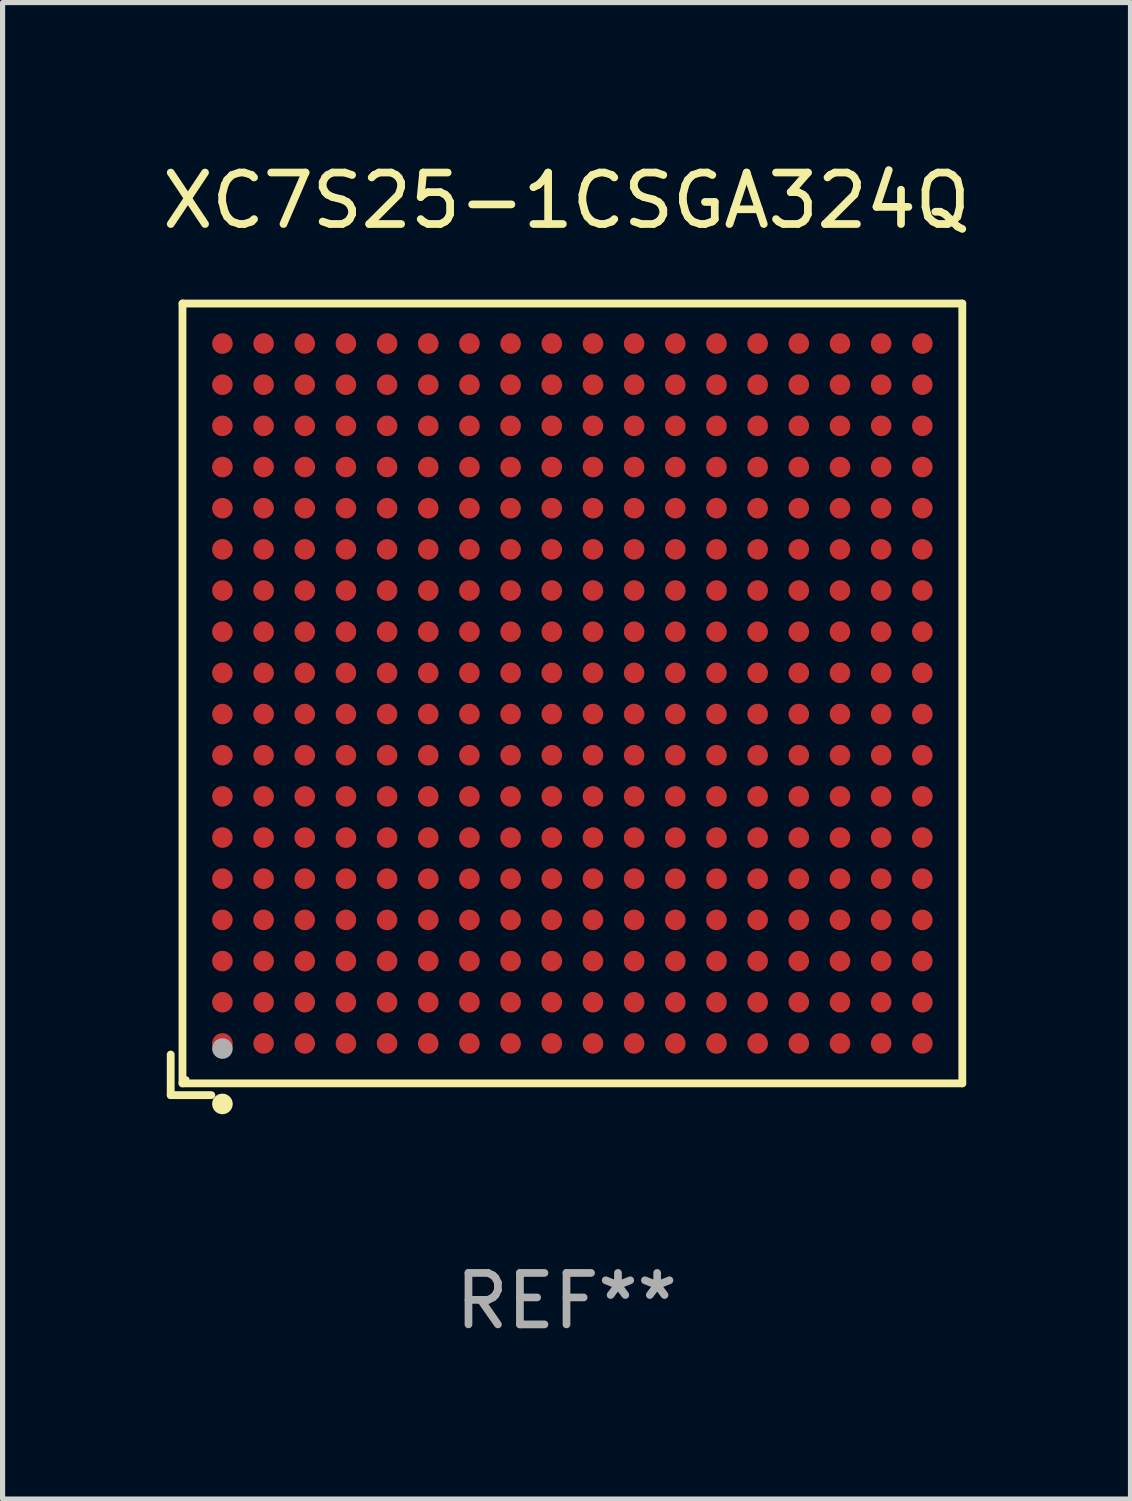
<source format=kicad_pcb>
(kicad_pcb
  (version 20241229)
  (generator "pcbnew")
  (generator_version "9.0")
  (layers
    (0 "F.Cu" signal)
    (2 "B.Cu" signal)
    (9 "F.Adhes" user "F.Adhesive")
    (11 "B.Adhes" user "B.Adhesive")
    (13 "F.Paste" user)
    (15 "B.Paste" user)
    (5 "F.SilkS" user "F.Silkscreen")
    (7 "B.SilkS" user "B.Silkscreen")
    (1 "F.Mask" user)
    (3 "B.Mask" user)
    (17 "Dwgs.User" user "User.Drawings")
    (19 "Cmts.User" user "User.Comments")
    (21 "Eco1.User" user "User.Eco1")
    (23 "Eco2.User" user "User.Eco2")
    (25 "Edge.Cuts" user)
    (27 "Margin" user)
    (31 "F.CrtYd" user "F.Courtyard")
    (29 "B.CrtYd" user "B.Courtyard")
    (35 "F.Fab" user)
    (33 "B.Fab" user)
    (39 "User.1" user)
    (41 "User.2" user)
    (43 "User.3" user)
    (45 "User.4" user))
  (footprint "XC7S25-1CSGA324Q"
    (layer "F.Cu")
    (at 7.958 10.539)
    (property "Reference" "XC7S25-1CSGA324Q" (at 0 -9.691 0) (layer "F.SilkS") (effects (font (size 1 1) (thickness 0.15))))
    (attr through_hole)
    (fp_line (start -7.691 6.902) (end -7.691 7.691) (stroke (width 0.152) (type solid)) (layer "F.SilkS"))
    (fp_line (start -7.691 7.691) (end -6.902 7.691) (stroke (width 0.152) (type solid)) (layer "F.SilkS"))
    (fp_line (start -7.462 -7.691) (end 7.691 -7.691) (stroke (width 0.152) (type solid)) (layer "F.SilkS"))
    (fp_line (start -7.462 7.462) (end -7.462 -7.691) (stroke (width 0.152) (type solid)) (layer "F.SilkS"))
    (fp_line (start 7.691 -7.691) (end 7.691 7.462) (stroke (width 0.152) (type solid)) (layer "F.SilkS"))
    (fp_line (start 7.691 7.462) (end -7.462 7.462) (stroke (width 0.152) (type solid)) (layer "F.SilkS"))
    (fp_circle (center -7.386 7.386) (end -7.356 7.386) (stroke (width 0.06) (type solid)) (fill no) (layer "F.SilkS"))
    (fp_circle (center -6.686 7.862) (end -6.586 7.862) (stroke (width 0.2) (type solid)) (fill no) (layer "F.SilkS"))
    (fp_circle (center -6.686 6.786) (end -6.586 6.786) (stroke (width 0.2) (type solid)) (fill no) (layer "F.Fab"))
    (fp_text user "REF**" (at 0 11.691 0) (layer "F.Fab") (effects (font (size 1 1) (thickness 0.15))))
    (pad "A1" smd circle (at -6.686 6.686) (size 0.4 0.4) (layers "F.Cu" "F.Mask" "F.Paste"))
    (pad "A2" smd circle (at -6.686 5.886) (size 0.4 0.4) (layers "F.Cu" "F.Mask" "F.Paste"))
    (pad "A3" smd circle (at -6.686 5.086) (size 0.4 0.4) (layers "F.Cu" "F.Mask" "F.Paste"))
    (pad "A4" smd circle (at -6.686 4.286) (size 0.4 0.4) (layers "F.Cu" "F.Mask" "F.Paste"))
    (pad "A5" smd circle (at -6.686 3.486) (size 0.4 0.4) (layers "F.Cu" "F.Mask" "F.Paste"))
    (pad "A6" smd circle (at -6.686 2.686) (size 0.4 0.4) (layers "F.Cu" "F.Mask" "F.Paste"))
    (pad "A7" smd circle (at -6.686 1.886) (size 0.4 0.4) (layers "F.Cu" "F.Mask" "F.Paste"))
    (pad "A8" smd circle (at -6.686 1.086) (size 0.4 0.4) (layers "F.Cu" "F.Mask" "F.Paste"))
    (pad "A9" smd circle (at -6.686 0.286) (size 0.4 0.4) (layers "F.Cu" "F.Mask" "F.Paste"))
    (pad "A10" smd circle (at -6.686 -0.514) (size 0.4 0.4) (layers "F.Cu" "F.Mask" "F.Paste"))
    (pad "A11" smd circle (at -6.686 -1.314) (size 0.4 0.4) (layers "F.Cu" "F.Mask" "F.Paste"))
    (pad "A12" smd circle (at -6.686 -2.114) (size 0.4 0.4) (layers "F.Cu" "F.Mask" "F.Paste"))
    (pad "A13" smd circle (at -6.686 -2.914) (size 0.4 0.4) (layers "F.Cu" "F.Mask" "F.Paste"))
    (pad "A14" smd circle (at -6.686 -3.714) (size 0.4 0.4) (layers "F.Cu" "F.Mask" "F.Paste"))
    (pad "A15" smd circle (at -6.686 -4.514) (size 0.4 0.4) (layers "F.Cu" "F.Mask" "F.Paste"))
    (pad "A16" smd circle (at -6.686 -5.314) (size 0.4 0.4) (layers "F.Cu" "F.Mask" "F.Paste"))
    (pad "A17" smd circle (at -6.686 -6.114) (size 0.4 0.4) (layers "F.Cu" "F.Mask" "F.Paste"))
    (pad "A18" smd circle (at -6.686 -6.914) (size 0.4 0.4) (layers "F.Cu" "F.Mask" "F.Paste"))
    (pad "B1" smd circle (at -5.886 6.686) (size 0.4 0.4) (layers "F.Cu" "F.Mask" "F.Paste"))
    (pad "B2" smd circle (at -5.886 5.886) (size 0.4 0.4) (layers "F.Cu" "F.Mask" "F.Paste"))
    (pad "B3" smd circle (at -5.886 5.086) (size 0.4 0.4) (layers "F.Cu" "F.Mask" "F.Paste"))
    (pad "B4" smd circle (at -5.886 4.286) (size 0.4 0.4) (layers "F.Cu" "F.Mask" "F.Paste"))
    (pad "B5" smd circle (at -5.886 3.486) (size 0.4 0.4) (layers "F.Cu" "F.Mask" "F.Paste"))
    (pad "B6" smd circle (at -5.886 2.686) (size 0.4 0.4) (layers "F.Cu" "F.Mask" "F.Paste"))
    (pad "B7" smd circle (at -5.886 1.886) (size 0.4 0.4) (layers "F.Cu" "F.Mask" "F.Paste"))
    (pad "B8" smd circle (at -5.886 1.086) (size 0.4 0.4) (layers "F.Cu" "F.Mask" "F.Paste"))
    (pad "B9" smd circle (at -5.886 0.286) (size 0.4 0.4) (layers "F.Cu" "F.Mask" "F.Paste"))
    (pad "B10" smd circle (at -5.886 -0.514) (size 0.4 0.4) (layers "F.Cu" "F.Mask" "F.Paste"))
    (pad "B11" smd circle (at -5.886 -1.314) (size 0.4 0.4) (layers "F.Cu" "F.Mask" "F.Paste"))
    (pad "B12" smd circle (at -5.886 -2.114) (size 0.4 0.4) (layers "F.Cu" "F.Mask" "F.Paste"))
    (pad "B13" smd circle (at -5.886 -2.914) (size 0.4 0.4) (layers "F.Cu" "F.Mask" "F.Paste"))
    (pad "B14" smd circle (at -5.886 -3.714) (size 0.4 0.4) (layers "F.Cu" "F.Mask" "F.Paste"))
    (pad "B15" smd circle (at -5.886 -4.514) (size 0.4 0.4) (layers "F.Cu" "F.Mask" "F.Paste"))
    (pad "B16" smd circle (at -5.886 -5.314) (size 0.4 0.4) (layers "F.Cu" "F.Mask" "F.Paste"))
    (pad "B17" smd circle (at -5.886 -6.114) (size 0.4 0.4) (layers "F.Cu" "F.Mask" "F.Paste"))
    (pad "B18" smd circle (at -5.886 -6.914) (size 0.4 0.4) (layers "F.Cu" "F.Mask" "F.Paste"))
    (pad "C1" smd circle (at -5.086 6.686) (size 0.4 0.4) (layers "F.Cu" "F.Mask" "F.Paste"))
    (pad "C2" smd circle (at -5.086 5.886) (size 0.4 0.4) (layers "F.Cu" "F.Mask" "F.Paste"))
    (pad "C3" smd circle (at -5.086 5.086) (size 0.4 0.4) (layers "F.Cu" "F.Mask" "F.Paste"))
    (pad "C4" smd circle (at -5.086 4.286) (size 0.4 0.4) (layers "F.Cu" "F.Mask" "F.Paste"))
    (pad "C5" smd circle (at -5.086 3.486) (size 0.4 0.4) (layers "F.Cu" "F.Mask" "F.Paste"))
    (pad "C6" smd circle (at -5.086 2.686) (size 0.4 0.4) (layers "F.Cu" "F.Mask" "F.Paste"))
    (pad "C7" smd circle (at -5.086 1.886) (size 0.4 0.4) (layers "F.Cu" "F.Mask" "F.Paste"))
    (pad "C8" smd circle (at -5.086 1.086) (size 0.4 0.4) (layers "F.Cu" "F.Mask" "F.Paste"))
    (pad "C9" smd circle (at -5.086 0.286) (size 0.4 0.4) (layers "F.Cu" "F.Mask" "F.Paste"))
    (pad "C10" smd circle (at -5.086 -0.514) (size 0.4 0.4) (layers "F.Cu" "F.Mask" "F.Paste"))
    (pad "C11" smd circle (at -5.086 -1.314) (size 0.4 0.4) (layers "F.Cu" "F.Mask" "F.Paste"))
    (pad "C12" smd circle (at -5.086 -2.114) (size 0.4 0.4) (layers "F.Cu" "F.Mask" "F.Paste"))
    (pad "C13" smd circle (at -5.086 -2.914) (size 0.4 0.4) (layers "F.Cu" "F.Mask" "F.Paste"))
    (pad "C14" smd circle (at -5.086 -3.714) (size 0.4 0.4) (layers "F.Cu" "F.Mask" "F.Paste"))
    (pad "C15" smd circle (at -5.086 -4.514) (size 0.4 0.4) (layers "F.Cu" "F.Mask" "F.Paste"))
    (pad "C16" smd circle (at -5.086 -5.314) (size 0.4 0.4) (layers "F.Cu" "F.Mask" "F.Paste"))
    (pad "C17" smd circle (at -5.086 -6.114) (size 0.4 0.4) (layers "F.Cu" "F.Mask" "F.Paste"))
    (pad "C18" smd circle (at -5.086 -6.914) (size 0.4 0.4) (layers "F.Cu" "F.Mask" "F.Paste"))
    (pad "D1" smd circle (at -4.286 6.686) (size 0.4 0.4) (layers "F.Cu" "F.Mask" "F.Paste"))
    (pad "D2" smd circle (at -4.286 5.886) (size 0.4 0.4) (layers "F.Cu" "F.Mask" "F.Paste"))
    (pad "D3" smd circle (at -4.286 5.086) (size 0.4 0.4) (layers "F.Cu" "F.Mask" "F.Paste"))
    (pad "D4" smd circle (at -4.286 4.286) (size 0.4 0.4) (layers "F.Cu" "F.Mask" "F.Paste"))
    (pad "D5" smd circle (at -4.286 3.486) (size 0.4 0.4) (layers "F.Cu" "F.Mask" "F.Paste"))
    (pad "D6" smd circle (at -4.286 2.686) (size 0.4 0.4) (layers "F.Cu" "F.Mask" "F.Paste"))
    (pad "D7" smd circle (at -4.286 1.886) (size 0.4 0.4) (layers "F.Cu" "F.Mask" "F.Paste"))
    (pad "D8" smd circle (at -4.286 1.086) (size 0.4 0.4) (layers "F.Cu" "F.Mask" "F.Paste"))
    (pad "D9" smd circle (at -4.286 0.286) (size 0.4 0.4) (layers "F.Cu" "F.Mask" "F.Paste"))
    (pad "D10" smd circle (at -4.286 -0.514) (size 0.4 0.4) (layers "F.Cu" "F.Mask" "F.Paste"))
    (pad "D11" smd circle (at -4.286 -1.314) (size 0.4 0.4) (layers "F.Cu" "F.Mask" "F.Paste"))
    (pad "D12" smd circle (at -4.286 -2.114) (size 0.4 0.4) (layers "F.Cu" "F.Mask" "F.Paste"))
    (pad "D13" smd circle (at -4.286 -2.914) (size 0.4 0.4) (layers "F.Cu" "F.Mask" "F.Paste"))
    (pad "D14" smd circle (at -4.286 -3.714) (size 0.4 0.4) (layers "F.Cu" "F.Mask" "F.Paste"))
    (pad "D15" smd circle (at -4.286 -4.514) (size 0.4 0.4) (layers "F.Cu" "F.Mask" "F.Paste"))
    (pad "D16" smd circle (at -4.286 -5.314) (size 0.4 0.4) (layers "F.Cu" "F.Mask" "F.Paste"))
    (pad "D17" smd circle (at -4.286 -6.114) (size 0.4 0.4) (layers "F.Cu" "F.Mask" "F.Paste"))
    (pad "D18" smd circle (at -4.286 -6.914) (size 0.4 0.4) (layers "F.Cu" "F.Mask" "F.Paste"))
    (pad "E1" smd circle (at -3.486 6.686) (size 0.4 0.4) (layers "F.Cu" "F.Mask" "F.Paste"))
    (pad "E2" smd circle (at -3.486 5.886) (size 0.4 0.4) (layers "F.Cu" "F.Mask" "F.Paste"))
    (pad "E3" smd circle (at -3.486 5.086) (size 0.4 0.4) (layers "F.Cu" "F.Mask" "F.Paste"))
    (pad "E4" smd circle (at -3.486 4.286) (size 0.4 0.4) (layers "F.Cu" "F.Mask" "F.Paste"))
    (pad "E5" smd circle (at -3.486 3.486) (size 0.4 0.4) (layers "F.Cu" "F.Mask" "F.Paste"))
    (pad "E6" smd circle (at -3.486 2.686) (size 0.4 0.4) (layers "F.Cu" "F.Mask" "F.Paste"))
    (pad "E7" smd circle (at -3.486 1.886) (size 0.4 0.4) (layers "F.Cu" "F.Mask" "F.Paste"))
    (pad "E8" smd circle (at -3.486 1.086) (size 0.4 0.4) (layers "F.Cu" "F.Mask" "F.Paste"))
    (pad "E9" smd circle (at -3.486 0.286) (size 0.4 0.4) (layers "F.Cu" "F.Mask" "F.Paste"))
    (pad "E10" smd circle (at -3.486 -0.514) (size 0.4 0.4) (layers "F.Cu" "F.Mask" "F.Paste"))
    (pad "E11" smd circle (at -3.486 -1.314) (size 0.4 0.4) (layers "F.Cu" "F.Mask" "F.Paste"))
    (pad "E12" smd circle (at -3.486 -2.114) (size 0.4 0.4) (layers "F.Cu" "F.Mask" "F.Paste"))
    (pad "E13" smd circle (at -3.486 -2.914) (size 0.4 0.4) (layers "F.Cu" "F.Mask" "F.Paste"))
    (pad "E14" smd circle (at -3.486 -3.714) (size 0.4 0.4) (layers "F.Cu" "F.Mask" "F.Paste"))
    (pad "E15" smd circle (at -3.486 -4.514) (size 0.4 0.4) (layers "F.Cu" "F.Mask" "F.Paste"))
    (pad "E16" smd circle (at -3.486 -5.314) (size 0.4 0.4) (layers "F.Cu" "F.Mask" "F.Paste"))
    (pad "E17" smd circle (at -3.486 -6.114) (size 0.4 0.4) (layers "F.Cu" "F.Mask" "F.Paste"))
    (pad "E18" smd circle (at -3.486 -6.914) (size 0.4 0.4) (layers "F.Cu" "F.Mask" "F.Paste"))
    (pad "F1" smd circle (at -2.686 6.686) (size 0.4 0.4) (layers "F.Cu" "F.Mask" "F.Paste"))
    (pad "F2" smd circle (at -2.686 5.886) (size 0.4 0.4) (layers "F.Cu" "F.Mask" "F.Paste"))
    (pad "F3" smd circle (at -2.686 5.086) (size 0.4 0.4) (layers "F.Cu" "F.Mask" "F.Paste"))
    (pad "F4" smd circle (at -2.686 4.286) (size 0.4 0.4) (layers "F.Cu" "F.Mask" "F.Paste"))
    (pad "F5" smd circle (at -2.686 3.486) (size 0.4 0.4) (layers "F.Cu" "F.Mask" "F.Paste"))
    (pad "F6" smd circle (at -2.686 2.686) (size 0.4 0.4) (layers "F.Cu" "F.Mask" "F.Paste"))
    (pad "F7" smd circle (at -2.686 1.886) (size 0.4 0.4) (layers "F.Cu" "F.Mask" "F.Paste"))
    (pad "F8" smd circle (at -2.686 1.086) (size 0.4 0.4) (layers "F.Cu" "F.Mask" "F.Paste"))
    (pad "F9" smd circle (at -2.686 0.286) (size 0.4 0.4) (layers "F.Cu" "F.Mask" "F.Paste"))
    (pad "F10" smd circle (at -2.686 -0.514) (size 0.4 0.4) (layers "F.Cu" "F.Mask" "F.Paste"))
    (pad "F11" smd circle (at -2.686 -1.314) (size 0.4 0.4) (layers "F.Cu" "F.Mask" "F.Paste"))
    (pad "F12" smd circle (at -2.686 -2.114) (size 0.4 0.4) (layers "F.Cu" "F.Mask" "F.Paste"))
    (pad "F13" smd circle (at -2.686 -2.914) (size 0.4 0.4) (layers "F.Cu" "F.Mask" "F.Paste"))
    (pad "F14" smd circle (at -2.686 -3.714) (size 0.4 0.4) (layers "F.Cu" "F.Mask" "F.Paste"))
    (pad "F15" smd circle (at -2.686 -4.514) (size 0.4 0.4) (layers "F.Cu" "F.Mask" "F.Paste"))
    (pad "F16" smd circle (at -2.686 -5.314) (size 0.4 0.4) (layers "F.Cu" "F.Mask" "F.Paste"))
    (pad "F17" smd circle (at -2.686 -6.114) (size 0.4 0.4) (layers "F.Cu" "F.Mask" "F.Paste"))
    (pad "F18" smd circle (at -2.686 -6.914) (size 0.4 0.4) (layers "F.Cu" "F.Mask" "F.Paste"))
    (pad "G1" smd circle (at -1.886 6.686) (size 0.4 0.4) (layers "F.Cu" "F.Mask" "F.Paste"))
    (pad "G2" smd circle (at -1.886 5.886) (size 0.4 0.4) (layers "F.Cu" "F.Mask" "F.Paste"))
    (pad "G3" smd circle (at -1.886 5.086) (size 0.4 0.4) (layers "F.Cu" "F.Mask" "F.Paste"))
    (pad "G4" smd circle (at -1.886 4.286) (size 0.4 0.4) (layers "F.Cu" "F.Mask" "F.Paste"))
    (pad "G5" smd circle (at -1.886 3.486) (size 0.4 0.4) (layers "F.Cu" "F.Mask" "F.Paste"))
    (pad "G6" smd circle (at -1.886 2.686) (size 0.4 0.4) (layers "F.Cu" "F.Mask" "F.Paste"))
    (pad "G7" smd circle (at -1.886 1.886) (size 0.4 0.4) (layers "F.Cu" "F.Mask" "F.Paste"))
    (pad "G8" smd circle (at -1.886 1.086) (size 0.4 0.4) (layers "F.Cu" "F.Mask" "F.Paste"))
    (pad "G9" smd circle (at -1.886 0.286) (size 0.4 0.4) (layers "F.Cu" "F.Mask" "F.Paste"))
    (pad "G10" smd circle (at -1.886 -0.514) (size 0.4 0.4) (layers "F.Cu" "F.Mask" "F.Paste"))
    (pad "G11" smd circle (at -1.886 -1.314) (size 0.4 0.4) (layers "F.Cu" "F.Mask" "F.Paste"))
    (pad "G12" smd circle (at -1.886 -2.114) (size 0.4 0.4) (layers "F.Cu" "F.Mask" "F.Paste"))
    (pad "G13" smd circle (at -1.886 -2.914) (size 0.4 0.4) (layers "F.Cu" "F.Mask" "F.Paste"))
    (pad "G14" smd circle (at -1.886 -3.714) (size 0.4 0.4) (layers "F.Cu" "F.Mask" "F.Paste"))
    (pad "G15" smd circle (at -1.886 -4.514) (size 0.4 0.4) (layers "F.Cu" "F.Mask" "F.Paste"))
    (pad "G16" smd circle (at -1.886 -5.314) (size 0.4 0.4) (layers "F.Cu" "F.Mask" "F.Paste"))
    (pad "G17" smd circle (at -1.886 -6.114) (size 0.4 0.4) (layers "F.Cu" "F.Mask" "F.Paste"))
    (pad "G18" smd circle (at -1.886 -6.914) (size 0.4 0.4) (layers "F.Cu" "F.Mask" "F.Paste"))
    (pad "H1" smd circle (at -1.086 6.686) (size 0.4 0.4) (layers "F.Cu" "F.Mask" "F.Paste"))
    (pad "H2" smd circle (at -1.086 5.886) (size 0.4 0.4) (layers "F.Cu" "F.Mask" "F.Paste"))
    (pad "H3" smd circle (at -1.086 5.086) (size 0.4 0.4) (layers "F.Cu" "F.Mask" "F.Paste"))
    (pad "H4" smd circle (at -1.086 4.286) (size 0.4 0.4) (layers "F.Cu" "F.Mask" "F.Paste"))
    (pad "H5" smd circle (at -1.086 3.486) (size 0.4 0.4) (layers "F.Cu" "F.Mask" "F.Paste"))
    (pad "H6" smd circle (at -1.086 2.686) (size 0.4 0.4) (layers "F.Cu" "F.Mask" "F.Paste"))
    (pad "H7" smd circle (at -1.086 1.886) (size 0.4 0.4) (layers "F.Cu" "F.Mask" "F.Paste"))
    (pad "H8" smd circle (at -1.086 1.086) (size 0.4 0.4) (layers "F.Cu" "F.Mask" "F.Paste"))
    (pad "H9" smd circle (at -1.086 0.286) (size 0.4 0.4) (layers "F.Cu" "F.Mask" "F.Paste"))
    (pad "H10" smd circle (at -1.086 -0.514) (size 0.4 0.4) (layers "F.Cu" "F.Mask" "F.Paste"))
    (pad "H11" smd circle (at -1.086 -1.314) (size 0.4 0.4) (layers "F.Cu" "F.Mask" "F.Paste"))
    (pad "H12" smd circle (at -1.086 -2.114) (size 0.4 0.4) (layers "F.Cu" "F.Mask" "F.Paste"))
    (pad "H13" smd circle (at -1.086 -2.914) (size 0.4 0.4) (layers "F.Cu" "F.Mask" "F.Paste"))
    (pad "H14" smd circle (at -1.086 -3.714) (size 0.4 0.4) (layers "F.Cu" "F.Mask" "F.Paste"))
    (pad "H15" smd circle (at -1.086 -4.514) (size 0.4 0.4) (layers "F.Cu" "F.Mask" "F.Paste"))
    (pad "H16" smd circle (at -1.086 -5.314) (size 0.4 0.4) (layers "F.Cu" "F.Mask" "F.Paste"))
    (pad "H17" smd circle (at -1.086 -6.114) (size 0.4 0.4) (layers "F.Cu" "F.Mask" "F.Paste"))
    (pad "H18" smd circle (at -1.086 -6.914) (size 0.4 0.4) (layers "F.Cu" "F.Mask" "F.Paste"))
    (pad "J1" smd circle (at -0.286 6.686) (size 0.4 0.4) (layers "F.Cu" "F.Mask" "F.Paste"))
    (pad "J2" smd circle (at -0.286 5.886) (size 0.4 0.4) (layers "F.Cu" "F.Mask" "F.Paste"))
    (pad "J3" smd circle (at -0.286 5.086) (size 0.4 0.4) (layers "F.Cu" "F.Mask" "F.Paste"))
    (pad "J4" smd circle (at -0.286 4.286) (size 0.4 0.4) (layers "F.Cu" "F.Mask" "F.Paste"))
    (pad "J5" smd circle (at -0.286 3.486) (size 0.4 0.4) (layers "F.Cu" "F.Mask" "F.Paste"))
    (pad "J6" smd circle (at -0.286 2.686) (size 0.4 0.4) (layers "F.Cu" "F.Mask" "F.Paste"))
    (pad "J7" smd circle (at -0.286 1.886) (size 0.4 0.4) (layers "F.Cu" "F.Mask" "F.Paste"))
    (pad "J8" smd circle (at -0.286 1.086) (size 0.4 0.4) (layers "F.Cu" "F.Mask" "F.Paste"))
    (pad "J9" smd circle (at -0.286 0.286) (size 0.4 0.4) (layers "F.Cu" "F.Mask" "F.Paste"))
    (pad "J10" smd circle (at -0.286 -0.514) (size 0.4 0.4) (layers "F.Cu" "F.Mask" "F.Paste"))
    (pad "J11" smd circle (at -0.286 -1.314) (size 0.4 0.4) (layers "F.Cu" "F.Mask" "F.Paste"))
    (pad "J12" smd circle (at -0.286 -2.114) (size 0.4 0.4) (layers "F.Cu" "F.Mask" "F.Paste"))
    (pad "J13" smd circle (at -0.286 -2.914) (size 0.4 0.4) (layers "F.Cu" "F.Mask" "F.Paste"))
    (pad "J14" smd circle (at -0.286 -3.714) (size 0.4 0.4) (layers "F.Cu" "F.Mask" "F.Paste"))
    (pad "J15" smd circle (at -0.286 -4.514) (size 0.4 0.4) (layers "F.Cu" "F.Mask" "F.Paste"))
    (pad "J16" smd circle (at -0.286 -5.314) (size 0.4 0.4) (layers "F.Cu" "F.Mask" "F.Paste"))
    (pad "J17" smd circle (at -0.286 -6.114) (size 0.4 0.4) (layers "F.Cu" "F.Mask" "F.Paste"))
    (pad "J18" smd circle (at -0.286 -6.914) (size 0.4 0.4) (layers "F.Cu" "F.Mask" "F.Paste"))
    (pad "K1" smd circle (at 0.514 6.686) (size 0.4 0.4) (layers "F.Cu" "F.Mask" "F.Paste"))
    (pad "K2" smd circle (at 0.514 5.886) (size 0.4 0.4) (layers "F.Cu" "F.Mask" "F.Paste"))
    (pad "K3" smd circle (at 0.514 5.086) (size 0.4 0.4) (layers "F.Cu" "F.Mask" "F.Paste"))
    (pad "K4" smd circle (at 0.514 4.286) (size 0.4 0.4) (layers "F.Cu" "F.Mask" "F.Paste"))
    (pad "K5" smd circle (at 0.514 3.486) (size 0.4 0.4) (layers "F.Cu" "F.Mask" "F.Paste"))
    (pad "K6" smd circle (at 0.514 2.686) (size 0.4 0.4) (layers "F.Cu" "F.Mask" "F.Paste"))
    (pad "K7" smd circle (at 0.514 1.886) (size 0.4 0.4) (layers "F.Cu" "F.Mask" "F.Paste"))
    (pad "K8" smd circle (at 0.514 1.086) (size 0.4 0.4) (layers "F.Cu" "F.Mask" "F.Paste"))
    (pad "K9" smd circle (at 0.514 0.286) (size 0.4 0.4) (layers "F.Cu" "F.Mask" "F.Paste"))
    (pad "K10" smd circle (at 0.514 -0.514) (size 0.4 0.4) (layers "F.Cu" "F.Mask" "F.Paste"))
    (pad "K11" smd circle (at 0.514 -1.314) (size 0.4 0.4) (layers "F.Cu" "F.Mask" "F.Paste"))
    (pad "K12" smd circle (at 0.514 -2.114) (size 0.4 0.4) (layers "F.Cu" "F.Mask" "F.Paste"))
    (pad "K13" smd circle (at 0.514 -2.914) (size 0.4 0.4) (layers "F.Cu" "F.Mask" "F.Paste"))
    (pad "K14" smd circle (at 0.514 -3.714) (size 0.4 0.4) (layers "F.Cu" "F.Mask" "F.Paste"))
    (pad "K15" smd circle (at 0.514 -4.514) (size 0.4 0.4) (layers "F.Cu" "F.Mask" "F.Paste"))
    (pad "K16" smd circle (at 0.514 -5.314) (size 0.4 0.4) (layers "F.Cu" "F.Mask" "F.Paste"))
    (pad "K17" smd circle (at 0.514 -6.114) (size 0.4 0.4) (layers "F.Cu" "F.Mask" "F.Paste"))
    (pad "K18" smd circle (at 0.514 -6.914) (size 0.4 0.4) (layers "F.Cu" "F.Mask" "F.Paste"))
    (pad "L1" smd circle (at 1.314 6.686) (size 0.4 0.4) (layers "F.Cu" "F.Mask" "F.Paste"))
    (pad "L2" smd circle (at 1.314 5.886) (size 0.4 0.4) (layers "F.Cu" "F.Mask" "F.Paste"))
    (pad "L3" smd circle (at 1.314 5.086) (size 0.4 0.4) (layers "F.Cu" "F.Mask" "F.Paste"))
    (pad "L4" smd circle (at 1.314 4.286) (size 0.4 0.4) (layers "F.Cu" "F.Mask" "F.Paste"))
    (pad "L5" smd circle (at 1.314 3.486) (size 0.4 0.4) (layers "F.Cu" "F.Mask" "F.Paste"))
    (pad "L6" smd circle (at 1.314 2.686) (size 0.4 0.4) (layers "F.Cu" "F.Mask" "F.Paste"))
    (pad "L7" smd circle (at 1.314 1.886) (size 0.4 0.4) (layers "F.Cu" "F.Mask" "F.Paste"))
    (pad "L8" smd circle (at 1.314 1.086) (size 0.4 0.4) (layers "F.Cu" "F.Mask" "F.Paste"))
    (pad "L9" smd circle (at 1.314 0.286) (size 0.4 0.4) (layers "F.Cu" "F.Mask" "F.Paste"))
    (pad "L10" smd circle (at 1.314 -0.514) (size 0.4 0.4) (layers "F.Cu" "F.Mask" "F.Paste"))
    (pad "L11" smd circle (at 1.314 -1.314) (size 0.4 0.4) (layers "F.Cu" "F.Mask" "F.Paste"))
    (pad "L12" smd circle (at 1.314 -2.114) (size 0.4 0.4) (layers "F.Cu" "F.Mask" "F.Paste"))
    (pad "L13" smd circle (at 1.314 -2.914) (size 0.4 0.4) (layers "F.Cu" "F.Mask" "F.Paste"))
    (pad "L14" smd circle (at 1.314 -3.714) (size 0.4 0.4) (layers "F.Cu" "F.Mask" "F.Paste"))
    (pad "L15" smd circle (at 1.314 -4.514) (size 0.4 0.4) (layers "F.Cu" "F.Mask" "F.Paste"))
    (pad "L16" smd circle (at 1.314 -5.314) (size 0.4 0.4) (layers "F.Cu" "F.Mask" "F.Paste"))
    (pad "L17" smd circle (at 1.314 -6.114) (size 0.4 0.4) (layers "F.Cu" "F.Mask" "F.Paste"))
    (pad "L18" smd circle (at 1.314 -6.914) (size 0.4 0.4) (layers "F.Cu" "F.Mask" "F.Paste"))
    (pad "M1" smd circle (at 2.114 6.686) (size 0.4 0.4) (layers "F.Cu" "F.Mask" "F.Paste"))
    (pad "M2" smd circle (at 2.114 5.886) (size 0.4 0.4) (layers "F.Cu" "F.Mask" "F.Paste"))
    (pad "M3" smd circle (at 2.114 5.086) (size 0.4 0.4) (layers "F.Cu" "F.Mask" "F.Paste"))
    (pad "M4" smd circle (at 2.114 4.286) (size 0.4 0.4) (layers "F.Cu" "F.Mask" "F.Paste"))
    (pad "M5" smd circle (at 2.114 3.486) (size 0.4 0.4) (layers "F.Cu" "F.Mask" "F.Paste"))
    (pad "M6" smd circle (at 2.114 2.686) (size 0.4 0.4) (layers "F.Cu" "F.Mask" "F.Paste"))
    (pad "M7" smd circle (at 2.114 1.886) (size 0.4 0.4) (layers "F.Cu" "F.Mask" "F.Paste"))
    (pad "M8" smd circle (at 2.114 1.086) (size 0.4 0.4) (layers "F.Cu" "F.Mask" "F.Paste"))
    (pad "M9" smd circle (at 2.114 0.286) (size 0.4 0.4) (layers "F.Cu" "F.Mask" "F.Paste"))
    (pad "M10" smd circle (at 2.114 -0.514) (size 0.4 0.4) (layers "F.Cu" "F.Mask" "F.Paste"))
    (pad "M11" smd circle (at 2.114 -1.314) (size 0.4 0.4) (layers "F.Cu" "F.Mask" "F.Paste"))
    (pad "M12" smd circle (at 2.114 -2.114) (size 0.4 0.4) (layers "F.Cu" "F.Mask" "F.Paste"))
    (pad "M13" smd circle (at 2.114 -2.914) (size 0.4 0.4) (layers "F.Cu" "F.Mask" "F.Paste"))
    (pad "M14" smd circle (at 2.114 -3.714) (size 0.4 0.4) (layers "F.Cu" "F.Mask" "F.Paste"))
    (pad "M15" smd circle (at 2.114 -4.514) (size 0.4 0.4) (layers "F.Cu" "F.Mask" "F.Paste"))
    (pad "M16" smd circle (at 2.114 -5.314) (size 0.4 0.4) (layers "F.Cu" "F.Mask" "F.Paste"))
    (pad "M17" smd circle (at 2.114 -6.114) (size 0.4 0.4) (layers "F.Cu" "F.Mask" "F.Paste"))
    (pad "M18" smd circle (at 2.114 -6.914) (size 0.4 0.4) (layers "F.Cu" "F.Mask" "F.Paste"))
    (pad "N1" smd circle (at 2.914 6.686) (size 0.4 0.4) (layers "F.Cu" "F.Mask" "F.Paste"))
    (pad "N2" smd circle (at 2.914 5.886) (size 0.4 0.4) (layers "F.Cu" "F.Mask" "F.Paste"))
    (pad "N3" smd circle (at 2.914 5.086) (size 0.4 0.4) (layers "F.Cu" "F.Mask" "F.Paste"))
    (pad "N4" smd circle (at 2.914 4.286) (size 0.4 0.4) (layers "F.Cu" "F.Mask" "F.Paste"))
    (pad "N5" smd circle (at 2.914 3.486) (size 0.4 0.4) (layers "F.Cu" "F.Mask" "F.Paste"))
    (pad "N6" smd circle (at 2.914 2.686) (size 0.4 0.4) (layers "F.Cu" "F.Mask" "F.Paste"))
    (pad "N7" smd circle (at 2.914 1.886) (size 0.4 0.4) (layers "F.Cu" "F.Mask" "F.Paste"))
    (pad "N8" smd circle (at 2.914 1.086) (size 0.4 0.4) (layers "F.Cu" "F.Mask" "F.Paste"))
    (pad "N9" smd circle (at 2.914 0.286) (size 0.4 0.4) (layers "F.Cu" "F.Mask" "F.Paste"))
    (pad "N10" smd circle (at 2.914 -0.514) (size 0.4 0.4) (layers "F.Cu" "F.Mask" "F.Paste"))
    (pad "N11" smd circle (at 2.914 -1.314) (size 0.4 0.4) (layers "F.Cu" "F.Mask" "F.Paste"))
    (pad "N12" smd circle (at 2.914 -2.114) (size 0.4 0.4) (layers "F.Cu" "F.Mask" "F.Paste"))
    (pad "N13" smd circle (at 2.914 -2.914) (size 0.4 0.4) (layers "F.Cu" "F.Mask" "F.Paste"))
    (pad "N14" smd circle (at 2.914 -3.714) (size 0.4 0.4) (layers "F.Cu" "F.Mask" "F.Paste"))
    (pad "N15" smd circle (at 2.914 -4.514) (size 0.4 0.4) (layers "F.Cu" "F.Mask" "F.Paste"))
    (pad "N16" smd circle (at 2.914 -5.314) (size 0.4 0.4) (layers "F.Cu" "F.Mask" "F.Paste"))
    (pad "N17" smd circle (at 2.914 -6.114) (size 0.4 0.4) (layers "F.Cu" "F.Mask" "F.Paste"))
    (pad "N18" smd circle (at 2.914 -6.914) (size 0.4 0.4) (layers "F.Cu" "F.Mask" "F.Paste"))
    (pad "P1" smd circle (at 3.714 6.686) (size 0.4 0.4) (layers "F.Cu" "F.Mask" "F.Paste"))
    (pad "P2" smd circle (at 3.714 5.886) (size 0.4 0.4) (layers "F.Cu" "F.Mask" "F.Paste"))
    (pad "P3" smd circle (at 3.714 5.086) (size 0.4 0.4) (layers "F.Cu" "F.Mask" "F.Paste"))
    (pad "P4" smd circle (at 3.714 4.286) (size 0.4 0.4) (layers "F.Cu" "F.Mask" "F.Paste"))
    (pad "P5" smd circle (at 3.714 3.486) (size 0.4 0.4) (layers "F.Cu" "F.Mask" "F.Paste"))
    (pad "P6" smd circle (at 3.714 2.686) (size 0.4 0.4) (layers "F.Cu" "F.Mask" "F.Paste"))
    (pad "P7" smd circle (at 3.714 1.886) (size 0.4 0.4) (layers "F.Cu" "F.Mask" "F.Paste"))
    (pad "P8" smd circle (at 3.714 1.086) (size 0.4 0.4) (layers "F.Cu" "F.Mask" "F.Paste"))
    (pad "P9" smd circle (at 3.714 0.286) (size 0.4 0.4) (layers "F.Cu" "F.Mask" "F.Paste"))
    (pad "P10" smd circle (at 3.714 -0.514) (size 0.4 0.4) (layers "F.Cu" "F.Mask" "F.Paste"))
    (pad "P11" smd circle (at 3.714 -1.314) (size 0.4 0.4) (layers "F.Cu" "F.Mask" "F.Paste"))
    (pad "P12" smd circle (at 3.714 -2.114) (size 0.4 0.4) (layers "F.Cu" "F.Mask" "F.Paste"))
    (pad "P13" smd circle (at 3.714 -2.914) (size 0.4 0.4) (layers "F.Cu" "F.Mask" "F.Paste"))
    (pad "P14" smd circle (at 3.714 -3.714) (size 0.4 0.4) (layers "F.Cu" "F.Mask" "F.Paste"))
    (pad "P15" smd circle (at 3.714 -4.514) (size 0.4 0.4) (layers "F.Cu" "F.Mask" "F.Paste"))
    (pad "P16" smd circle (at 3.714 -5.314) (size 0.4 0.4) (layers "F.Cu" "F.Mask" "F.Paste"))
    (pad "P17" smd circle (at 3.714 -6.114) (size 0.4 0.4) (layers "F.Cu" "F.Mask" "F.Paste"))
    (pad "P18" smd circle (at 3.714 -6.914) (size 0.4 0.4) (layers "F.Cu" "F.Mask" "F.Paste"))
    (pad "R1" smd circle (at 4.514 6.686) (size 0.4 0.4) (layers "F.Cu" "F.Mask" "F.Paste"))
    (pad "R2" smd circle (at 4.514 5.886) (size 0.4 0.4) (layers "F.Cu" "F.Mask" "F.Paste"))
    (pad "R3" smd circle (at 4.514 5.086) (size 0.4 0.4) (layers "F.Cu" "F.Mask" "F.Paste"))
    (pad "R4" smd circle (at 4.514 4.286) (size 0.4 0.4) (layers "F.Cu" "F.Mask" "F.Paste"))
    (pad "R5" smd circle (at 4.514 3.486) (size 0.4 0.4) (layers "F.Cu" "F.Mask" "F.Paste"))
    (pad "R6" smd circle (at 4.514 2.686) (size 0.4 0.4) (layers "F.Cu" "F.Mask" "F.Paste"))
    (pad "R7" smd circle (at 4.514 1.886) (size 0.4 0.4) (layers "F.Cu" "F.Mask" "F.Paste"))
    (pad "R8" smd circle (at 4.514 1.086) (size 0.4 0.4) (layers "F.Cu" "F.Mask" "F.Paste"))
    (pad "R9" smd circle (at 4.514 0.286) (size 0.4 0.4) (layers "F.Cu" "F.Mask" "F.Paste"))
    (pad "R10" smd circle (at 4.514 -0.514) (size 0.4 0.4) (layers "F.Cu" "F.Mask" "F.Paste"))
    (pad "R11" smd circle (at 4.514 -1.314) (size 0.4 0.4) (layers "F.Cu" "F.Mask" "F.Paste"))
    (pad "R12" smd circle (at 4.514 -2.114) (size 0.4 0.4) (layers "F.Cu" "F.Mask" "F.Paste"))
    (pad "R13" smd circle (at 4.514 -2.914) (size 0.4 0.4) (layers "F.Cu" "F.Mask" "F.Paste"))
    (pad "R14" smd circle (at 4.514 -3.714) (size 0.4 0.4) (layers "F.Cu" "F.Mask" "F.Paste"))
    (pad "R15" smd circle (at 4.514 -4.514) (size 0.4 0.4) (layers "F.Cu" "F.Mask" "F.Paste"))
    (pad "R16" smd circle (at 4.514 -5.314) (size 0.4 0.4) (layers "F.Cu" "F.Mask" "F.Paste"))
    (pad "R17" smd circle (at 4.514 -6.114) (size 0.4 0.4) (layers "F.Cu" "F.Mask" "F.Paste"))
    (pad "R18" smd circle (at 4.514 -6.914) (size 0.4 0.4) (layers "F.Cu" "F.Mask" "F.Paste"))
    (pad "T1" smd circle (at 5.314 6.686) (size 0.4 0.4) (layers "F.Cu" "F.Mask" "F.Paste"))
    (pad "T2" smd circle (at 5.314 5.886) (size 0.4 0.4) (layers "F.Cu" "F.Mask" "F.Paste"))
    (pad "T3" smd circle (at 5.314 5.086) (size 0.4 0.4) (layers "F.Cu" "F.Mask" "F.Paste"))
    (pad "T4" smd circle (at 5.314 4.286) (size 0.4 0.4) (layers "F.Cu" "F.Mask" "F.Paste"))
    (pad "T5" smd circle (at 5.314 3.486) (size 0.4 0.4) (layers "F.Cu" "F.Mask" "F.Paste"))
    (pad "T6" smd circle (at 5.314 2.686) (size 0.4 0.4) (layers "F.Cu" "F.Mask" "F.Paste"))
    (pad "T7" smd circle (at 5.314 1.886) (size 0.4 0.4) (layers "F.Cu" "F.Mask" "F.Paste"))
    (pad "T8" smd circle (at 5.314 1.086) (size 0.4 0.4) (layers "F.Cu" "F.Mask" "F.Paste"))
    (pad "T9" smd circle (at 5.314 0.286) (size 0.4 0.4) (layers "F.Cu" "F.Mask" "F.Paste"))
    (pad "T10" smd circle (at 5.314 -0.514) (size 0.4 0.4) (layers "F.Cu" "F.Mask" "F.Paste"))
    (pad "T11" smd circle (at 5.314 -1.314) (size 0.4 0.4) (layers "F.Cu" "F.Mask" "F.Paste"))
    (pad "T12" smd circle (at 5.314 -2.114) (size 0.4 0.4) (layers "F.Cu" "F.Mask" "F.Paste"))
    (pad "T13" smd circle (at 5.314 -2.914) (size 0.4 0.4) (layers "F.Cu" "F.Mask" "F.Paste"))
    (pad "T14" smd circle (at 5.314 -3.714) (size 0.4 0.4) (layers "F.Cu" "F.Mask" "F.Paste"))
    (pad "T15" smd circle (at 5.314 -4.514) (size 0.4 0.4) (layers "F.Cu" "F.Mask" "F.Paste"))
    (pad "T16" smd circle (at 5.314 -5.314) (size 0.4 0.4) (layers "F.Cu" "F.Mask" "F.Paste"))
    (pad "T17" smd circle (at 5.314 -6.114) (size 0.4 0.4) (layers "F.Cu" "F.Mask" "F.Paste"))
    (pad "T18" smd circle (at 5.314 -6.914) (size 0.4 0.4) (layers "F.Cu" "F.Mask" "F.Paste"))
    (pad "U1" smd circle (at 6.114 6.686) (size 0.4 0.4) (layers "F.Cu" "F.Mask" "F.Paste"))
    (pad "U2" smd circle (at 6.114 5.886) (size 0.4 0.4) (layers "F.Cu" "F.Mask" "F.Paste"))
    (pad "U3" smd circle (at 6.114 5.086) (size 0.4 0.4) (layers "F.Cu" "F.Mask" "F.Paste"))
    (pad "U4" smd circle (at 6.114 4.286) (size 0.4 0.4) (layers "F.Cu" "F.Mask" "F.Paste"))
    (pad "U5" smd circle (at 6.114 3.486) (size 0.4 0.4) (layers "F.Cu" "F.Mask" "F.Paste"))
    (pad "U6" smd circle (at 6.114 2.686) (size 0.4 0.4) (layers "F.Cu" "F.Mask" "F.Paste"))
    (pad "U7" smd circle (at 6.114 1.886) (size 0.4 0.4) (layers "F.Cu" "F.Mask" "F.Paste"))
    (pad "U8" smd circle (at 6.114 1.086) (size 0.4 0.4) (layers "F.Cu" "F.Mask" "F.Paste"))
    (pad "U9" smd circle (at 6.114 0.286) (size 0.4 0.4) (layers "F.Cu" "F.Mask" "F.Paste"))
    (pad "U10" smd circle (at 6.114 -0.514) (size 0.4 0.4) (layers "F.Cu" "F.Mask" "F.Paste"))
    (pad "U11" smd circle (at 6.114 -1.314) (size 0.4 0.4) (layers "F.Cu" "F.Mask" "F.Paste"))
    (pad "U12" smd circle (at 6.114 -2.114) (size 0.4 0.4) (layers "F.Cu" "F.Mask" "F.Paste"))
    (pad "U13" smd circle (at 6.114 -2.914) (size 0.4 0.4) (layers "F.Cu" "F.Mask" "F.Paste"))
    (pad "U14" smd circle (at 6.114 -3.714) (size 0.4 0.4) (layers "F.Cu" "F.Mask" "F.Paste"))
    (pad "U15" smd circle (at 6.114 -4.514) (size 0.4 0.4) (layers "F.Cu" "F.Mask" "F.Paste"))
    (pad "U16" smd circle (at 6.114 -5.314) (size 0.4 0.4) (layers "F.Cu" "F.Mask" "F.Paste"))
    (pad "U17" smd circle (at 6.114 -6.114) (size 0.4 0.4) (layers "F.Cu" "F.Mask" "F.Paste"))
    (pad "U18" smd circle (at 6.114 -6.914) (size 0.4 0.4) (layers "F.Cu" "F.Mask" "F.Paste"))
    (pad "V1" smd circle (at 6.914 6.686) (size 0.4 0.4) (layers "F.Cu" "F.Mask" "F.Paste"))
    (pad "V2" smd circle (at 6.914 5.886) (size 0.4 0.4) (layers "F.Cu" "F.Mask" "F.Paste"))
    (pad "V3" smd circle (at 6.914 5.086) (size 0.4 0.4) (layers "F.Cu" "F.Mask" "F.Paste"))
    (pad "V4" smd circle (at 6.914 4.286) (size 0.4 0.4) (layers "F.Cu" "F.Mask" "F.Paste"))
    (pad "V5" smd circle (at 6.914 3.486) (size 0.4 0.4) (layers "F.Cu" "F.Mask" "F.Paste"))
    (pad "V6" smd circle (at 6.914 2.686) (size 0.4 0.4) (layers "F.Cu" "F.Mask" "F.Paste"))
    (pad "V7" smd circle (at 6.914 1.886) (size 0.4 0.4) (layers "F.Cu" "F.Mask" "F.Paste"))
    (pad "V8" smd circle (at 6.914 1.086) (size 0.4 0.4) (layers "F.Cu" "F.Mask" "F.Paste"))
    (pad "V9" smd circle (at 6.914 0.286) (size 0.4 0.4) (layers "F.Cu" "F.Mask" "F.Paste"))
    (pad "V10" smd circle (at 6.914 -0.514) (size 0.4 0.4) (layers "F.Cu" "F.Mask" "F.Paste"))
    (pad "V11" smd circle (at 6.914 -1.314) (size 0.4 0.4) (layers "F.Cu" "F.Mask" "F.Paste"))
    (pad "V12" smd circle (at 6.914 -2.114) (size 0.4 0.4) (layers "F.Cu" "F.Mask" "F.Paste"))
    (pad "V13" smd circle (at 6.914 -2.914) (size 0.4 0.4) (layers "F.Cu" "F.Mask" "F.Paste"))
    (pad "V14" smd circle (at 6.914 -3.714) (size 0.4 0.4) (layers "F.Cu" "F.Mask" "F.Paste"))
    (pad "V15" smd circle (at 6.914 -4.514) (size 0.4 0.4) (layers "F.Cu" "F.Mask" "F.Paste"))
    (pad "V16" smd circle (at 6.914 -5.314) (size 0.4 0.4) (layers "F.Cu" "F.Mask" "F.Paste"))
    (pad "V17" smd circle (at 6.914 -6.114) (size 0.4 0.4) (layers "F.Cu" "F.Mask" "F.Paste"))
    (pad "V18" smd circle (at 6.914 -6.914) (size 0.4 0.4) (layers "F.Cu" "F.Mask" "F.Paste")))
  (gr_rect
    (start -3 -3)
    (end 18.917 26.078)
    (stroke (width 0.1) (type default))
    (fill no)
    (layer "Edge.Cuts")))
</source>
